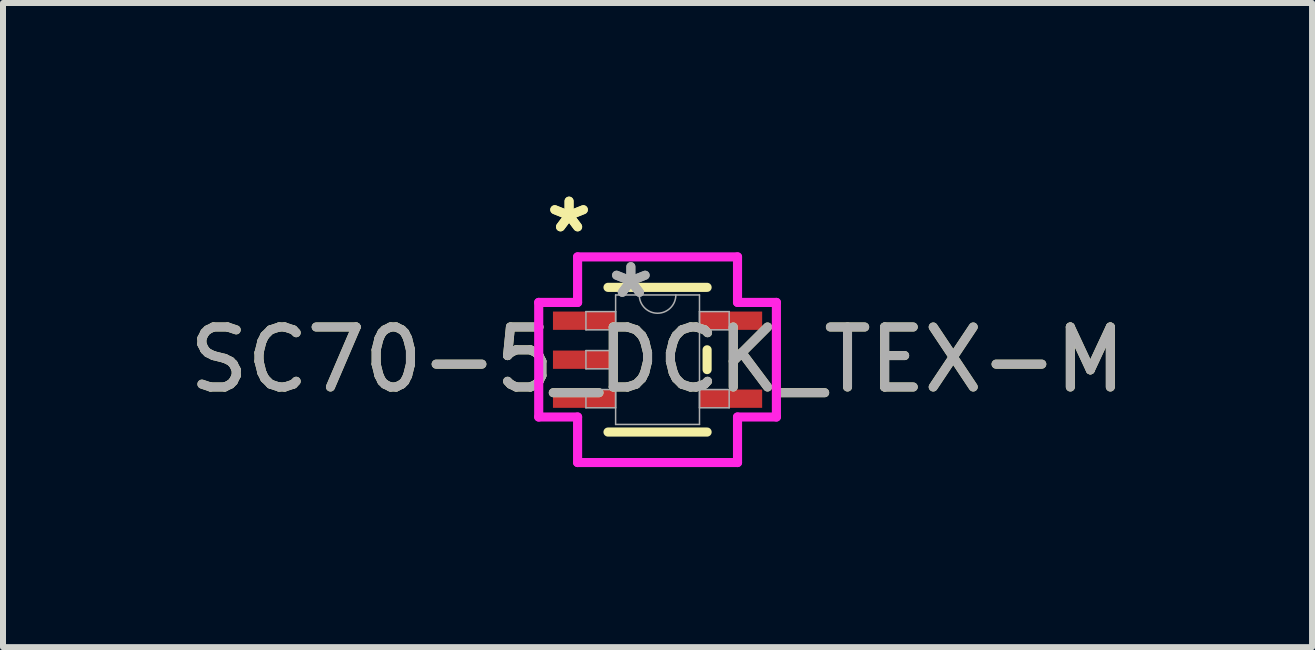
<source format=kicad_pcb>
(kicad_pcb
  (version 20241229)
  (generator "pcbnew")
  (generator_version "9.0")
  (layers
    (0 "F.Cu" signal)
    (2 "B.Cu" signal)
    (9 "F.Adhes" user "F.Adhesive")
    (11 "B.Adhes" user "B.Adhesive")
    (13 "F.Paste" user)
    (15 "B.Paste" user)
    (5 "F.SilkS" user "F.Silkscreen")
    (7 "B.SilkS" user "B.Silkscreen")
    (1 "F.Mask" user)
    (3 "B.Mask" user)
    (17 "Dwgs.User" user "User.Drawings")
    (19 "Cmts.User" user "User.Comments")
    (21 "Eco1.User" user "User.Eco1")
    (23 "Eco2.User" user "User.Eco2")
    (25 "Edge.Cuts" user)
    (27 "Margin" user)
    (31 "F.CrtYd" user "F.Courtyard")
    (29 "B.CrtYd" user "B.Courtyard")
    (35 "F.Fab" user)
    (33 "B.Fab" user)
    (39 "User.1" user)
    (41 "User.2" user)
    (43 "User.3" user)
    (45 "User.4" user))
  (footprint "SC70-5_DCK_TEX-M"
    (layer "F.Cu")
    (at 7.911 2.946)
    (property "Reference" "SC70-5_DCK_TEX-M" (at 0 0 0) (unlocked yes) (layer "F.SilkS") (effects (font (size 1 1) (thickness 0.15))))
    (attr smd)
    (fp_line (start -0.826 1.206) (end 0.826 1.206) (stroke (width 0.152) (type solid)) (layer "F.SilkS"))
    (fp_line (start 0.826 -1.206) (end -0.826 -1.206) (stroke (width 0.152) (type solid)) (layer "F.SilkS"))
    (fp_line (start 0.826 0.165) (end 0.826 -0.165) (stroke (width 0.152) (type solid)) (layer "F.SilkS"))
    (fp_line (start -1.981 -0.955) (end -1.333 -0.955) (stroke (width 0.152) (type solid)) (layer "F.CrtYd"))
    (fp_line (start -1.981 0.955) (end -1.981 -0.955) (stroke (width 0.152) (type solid)) (layer "F.CrtYd"))
    (fp_line (start -1.333 -1.714) (end 1.333 -1.714) (stroke (width 0.152) (type solid)) (layer "F.CrtYd"))
    (fp_line (start -1.333 -0.955) (end -1.333 -1.714) (stroke (width 0.152) (type solid)) (layer "F.CrtYd"))
    (fp_line (start -1.333 0.955) (end -1.981 0.955) (stroke (width 0.152) (type solid)) (layer "F.CrtYd"))
    (fp_line (start -1.333 1.714) (end -1.333 0.955) (stroke (width 0.152) (type solid)) (layer "F.CrtYd"))
    (fp_line (start 1.333 -1.714) (end 1.333 -0.955) (stroke (width 0.152) (type solid)) (layer "F.CrtYd"))
    (fp_line (start 1.333 -0.955) (end 1.981 -0.955) (stroke (width 0.152) (type solid)) (layer "F.CrtYd"))
    (fp_line (start 1.333 0.955) (end 1.333 1.714) (stroke (width 0.152) (type solid)) (layer "F.CrtYd"))
    (fp_line (start 1.333 1.714) (end -1.333 1.714) (stroke (width 0.152) (type solid)) (layer "F.CrtYd"))
    (fp_line (start 1.981 -0.955) (end 1.981 0.955) (stroke (width 0.152) (type solid)) (layer "F.CrtYd"))
    (fp_line (start 1.981 0.955) (end 1.333 0.955) (stroke (width 0.152) (type solid)) (layer "F.CrtYd"))
    (fp_line (start -1.194 -0.802) (end -1.194 -0.498) (stroke (width 0.025) (type solid)) (layer "F.Fab"))
    (fp_line (start -1.194 -0.498) (end -0.699 -0.498) (stroke (width 0.025) (type solid)) (layer "F.Fab"))
    (fp_line (start -1.194 -0.152) (end -1.194 0.152) (stroke (width 0.025) (type solid)) (layer "F.Fab"))
    (fp_line (start -1.194 0.152) (end -0.699 0.152) (stroke (width 0.025) (type solid)) (layer "F.Fab"))
    (fp_line (start -1.194 0.498) (end -1.194 0.802) (stroke (width 0.025) (type solid)) (layer "F.Fab"))
    (fp_line (start -1.194 0.802) (end -0.699 0.802) (stroke (width 0.025) (type solid)) (layer "F.Fab"))
    (fp_line (start -0.699 -1.079) (end -0.699 1.079) (stroke (width 0.025) (type solid)) (layer "F.Fab"))
    (fp_line (start -0.699 -0.802) (end -1.194 -0.802) (stroke (width 0.025) (type solid)) (layer "F.Fab"))
    (fp_line (start -0.699 -0.498) (end -0.699 -0.802) (stroke (width 0.025) (type solid)) (layer "F.Fab"))
    (fp_line (start -0.699 -0.152) (end -1.194 -0.152) (stroke (width 0.025) (type solid)) (layer "F.Fab"))
    (fp_line (start -0.699 0.152) (end -0.699 -0.152) (stroke (width 0.025) (type solid)) (layer "F.Fab"))
    (fp_line (start -0.699 0.498) (end -1.194 0.498) (stroke (width 0.025) (type solid)) (layer "F.Fab"))
    (fp_line (start -0.699 0.802) (end -0.699 0.498) (stroke (width 0.025) (type solid)) (layer "F.Fab"))
    (fp_line (start -0.699 1.079) (end 0.699 1.079) (stroke (width 0.025) (type solid)) (layer "F.Fab"))
    (fp_line (start 0.699 -1.079) (end -0.699 -1.079) (stroke (width 0.025) (type solid)) (layer "F.Fab"))
    (fp_line (start 0.699 -0.802) (end 0.699 -0.498) (stroke (width 0.025) (type solid)) (layer "F.Fab"))
    (fp_line (start 0.699 -0.498) (end 1.194 -0.498) (stroke (width 0.025) (type solid)) (layer "F.Fab"))
    (fp_line (start 0.699 0.498) (end 0.699 0.802) (stroke (width 0.025) (type solid)) (layer "F.Fab"))
    (fp_line (start 0.699 0.802) (end 1.194 0.802) (stroke (width 0.025) (type solid)) (layer "F.Fab"))
    (fp_line (start 0.699 1.079) (end 0.699 -1.079) (stroke (width 0.025) (type solid)) (layer "F.Fab"))
    (fp_line (start 1.194 -0.802) (end 0.699 -0.802) (stroke (width 0.025) (type solid)) (layer "F.Fab"))
    (fp_line (start 1.194 -0.498) (end 1.194 -0.802) (stroke (width 0.025) (type solid)) (layer "F.Fab"))
    (fp_line (start 1.194 0.498) (end 0.699 0.498) (stroke (width 0.025) (type solid)) (layer "F.Fab"))
    (fp_line (start 1.194 0.802) (end 1.194 0.498) (stroke (width 0.025) (type solid)) (layer "F.Fab"))
    (fp_arc (start 0.3048 -1.0795) (mid 0 -0.7747) (end -0.3048 -1.0795) (stroke (width 0.0254) (type solid)) (layer "F.Fab"))
    (fp_text user "*" (at -1.475 -2.098 0) (layer "F.SilkS") (effects (font (size 1 1) (thickness 0.15))))
    (fp_text user "*" (at -1.475 -2.098 0) (unlocked yes) (layer "F.SilkS") (effects (font (size 1 1) (thickness 0.15))))
    (fp_text user "*" (at -0.445 -1.006 0) (layer "F.Fab") (effects (font (size 1 1) (thickness 0.15))))
    (fp_text user "*" (at -0.445 -1.006 0) (unlocked yes) (layer "F.Fab") (effects (font (size 1 1) (thickness 0.15))))
    (fp_text user "${REFERENCE}" (at 0 0 0) (unlocked yes) (layer "F.Fab") (effects (font (size 1 1) (thickness 0.15))))
    (pad "1" smd rect (at -1.221 -0.65) (size 1.045 0.305) (layers "F.Cu" "F.Mask" "F.Paste"))
    (pad "2" smd rect (at -1.221 0) (size 1.045 0.305) (layers "F.Cu" "F.Mask" "F.Paste"))
    (pad "3" smd rect (at -1.221 0.65) (size 1.045 0.305) (layers "F.Cu" "F.Mask" "F.Paste"))
    (pad "4" smd rect (at 1.221 0.65) (size 1.045 0.305) (layers "F.Cu" "F.Mask" "F.Paste"))
    (pad "5" smd rect (at 1.221 -0.65) (size 1.045 0.305) (layers "F.Cu" "F.Mask" "F.Paste")))
  (gr_rect
    (start -3 -3)
    (end 18.821 7.737)
    (stroke (width 0.1) (type default))
    (fill no)
    (layer "Edge.Cuts")))
</source>
